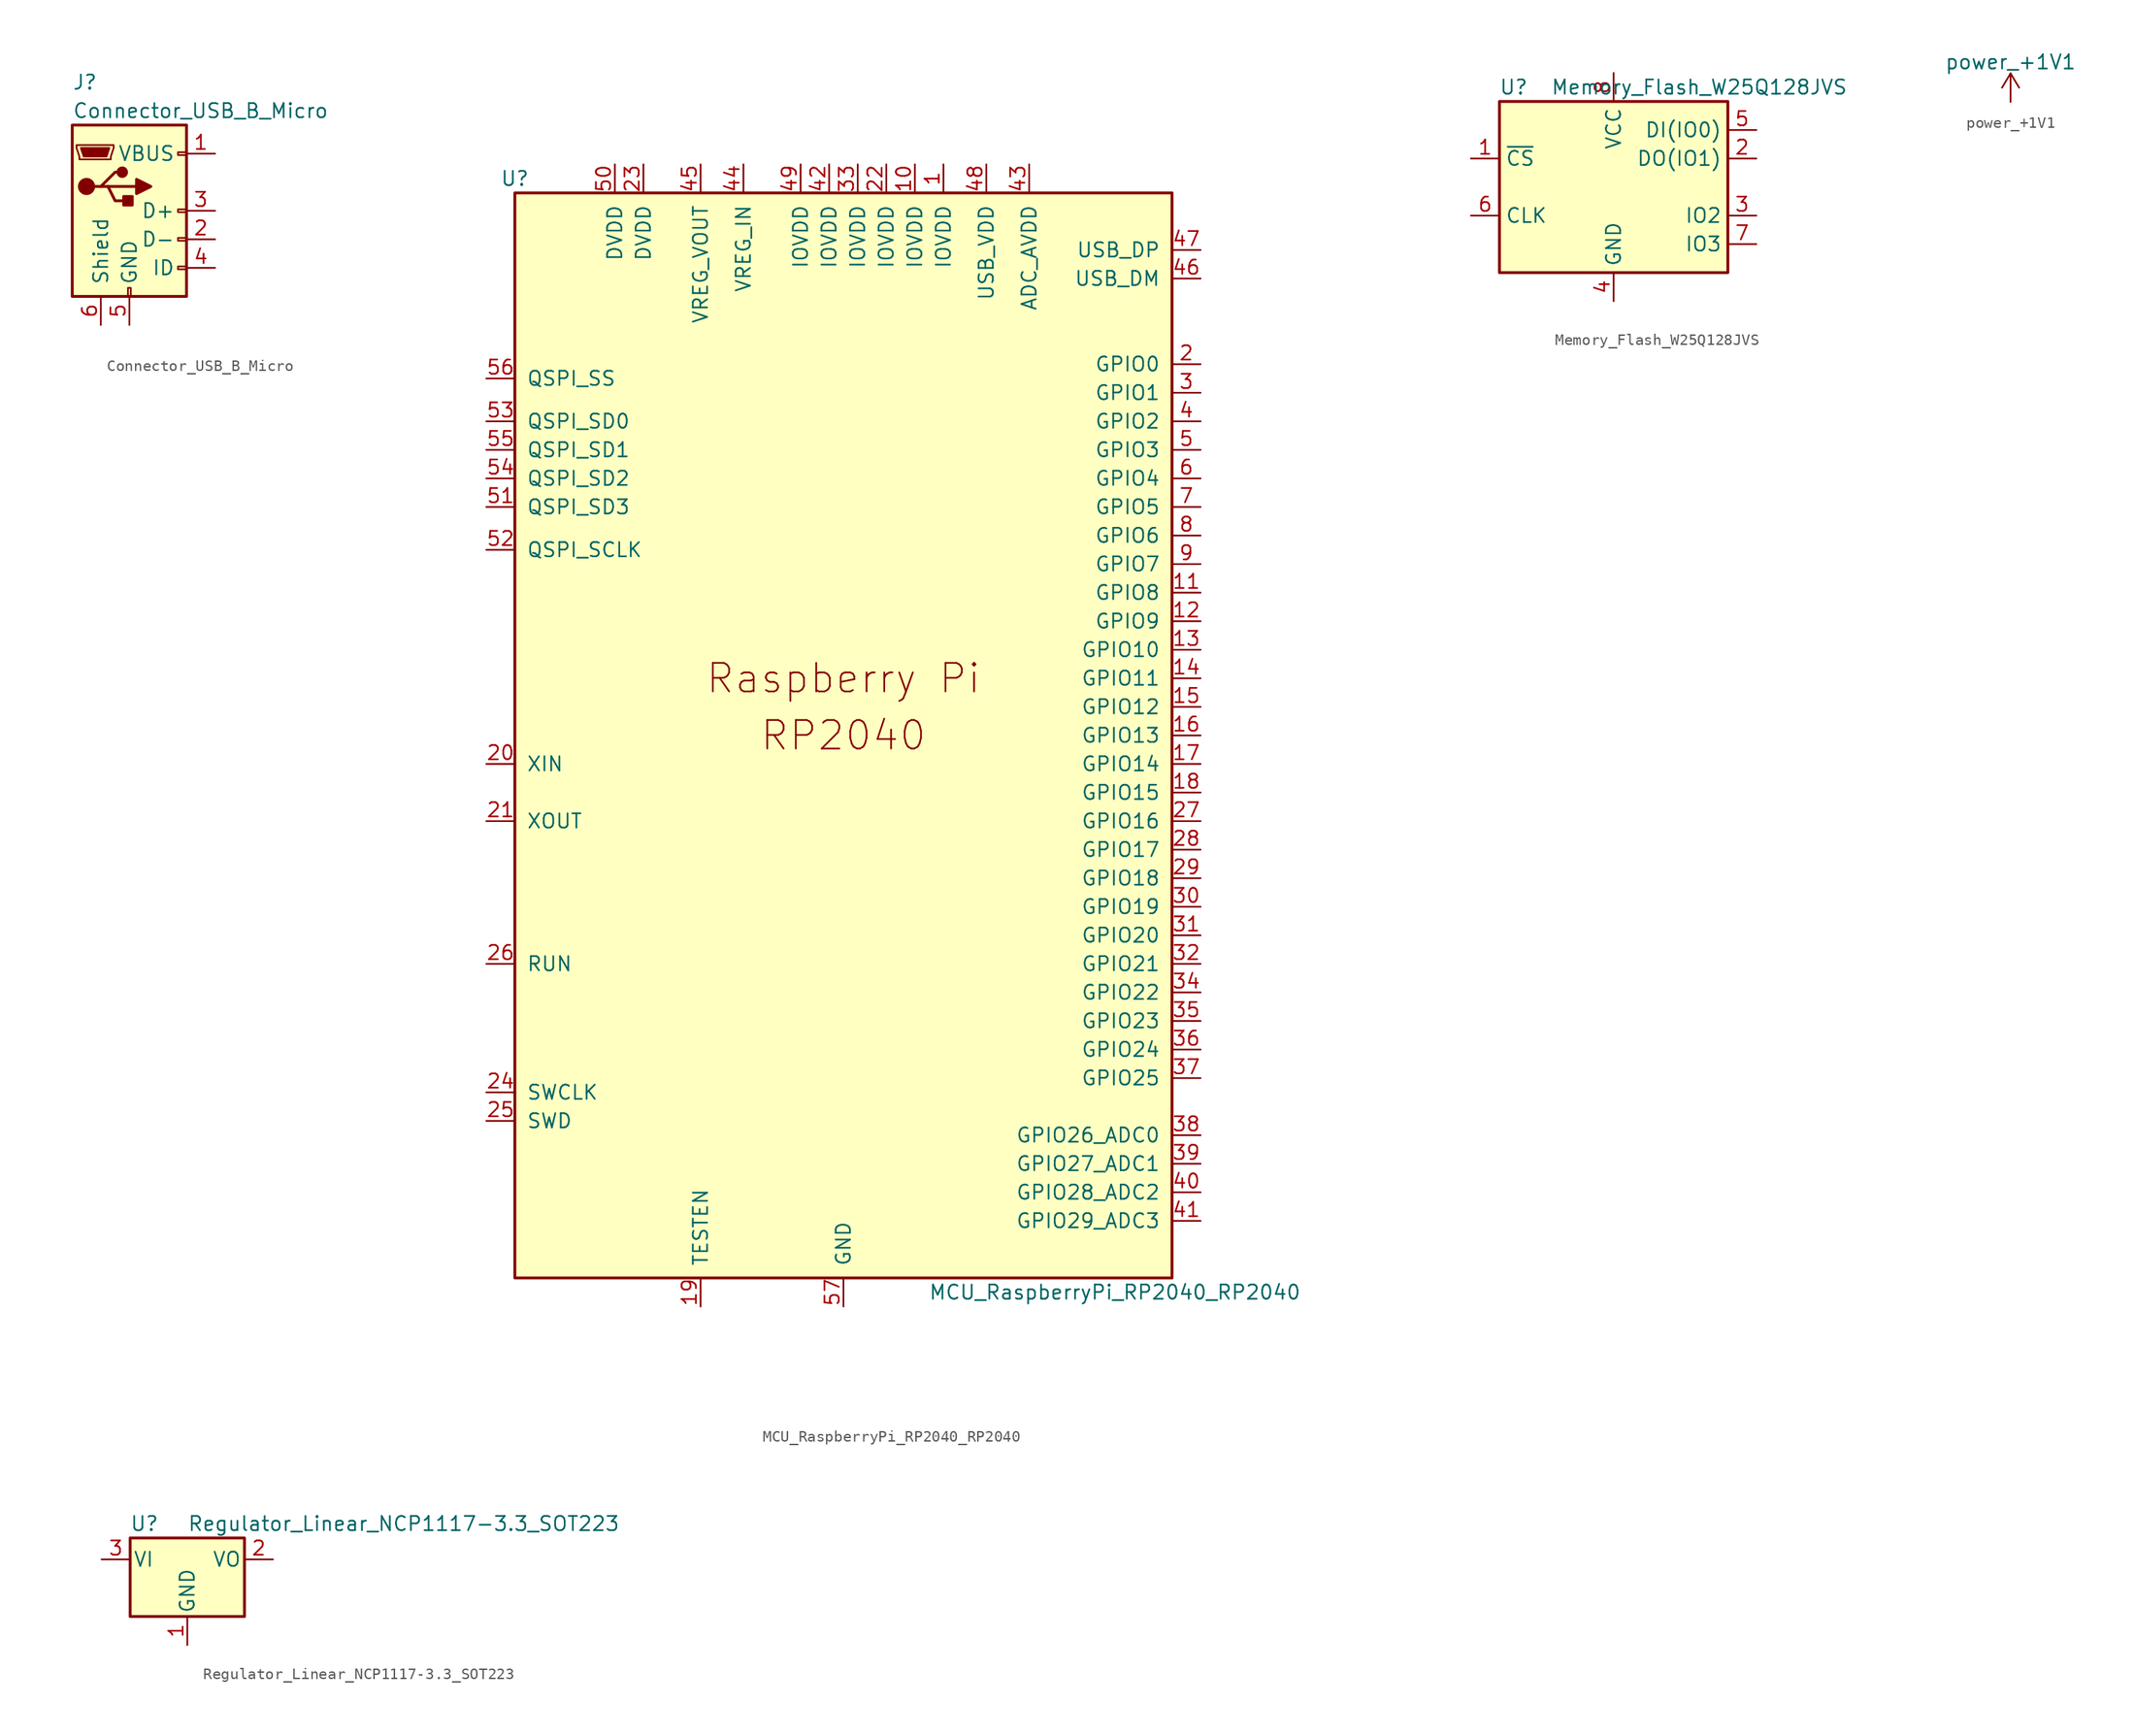
<source format=kicad_sym>
(kicad_symbol_lib
  (version 20211014)
  (generator kicad_symbol_editor)
  (symbol "Connector_USB_B_Micro"
    (pin_names
      (offset 1.016))
    (property "Reference" "J"
      (at -5.08 11.43 0)
      (effects (font (size 1.27 1.27)) (justify left)))
    (property "Value" "Connector_USB_B_Micro"
      (at -5.08 8.89 0)
      (effects (font (size 1.27 1.27)) (justify left)))
    (symbol "Connector_USB_B_Micro_0_1"
      (rectangle (start -5.08 -7.62) (end 5.08 7.62) (stroke (width 0.254) (type default) (color 0 0 0 0)) (fill (type background)))
      (circle (center -3.81 2.159) (radius 0.635) (stroke (width 0.254) (type default) (color 0 0 0 0)) (fill (type outline)))
      (circle (center -0.635 3.429) (radius 0.381) (stroke (width 0.254) (type default) (color 0 0 0 0)) (fill (type outline)))
      (rectangle (start -0.127 -7.62) (end 0.127 -6.858) (stroke (width 0) (type default) (color 0 0 0 0)) (fill (type none)))
      (polyline (pts (xy -1.905 2.159) (xy 0.635 2.159)) (stroke (width 0.254) (type default) (color 0 0 0 0)) (fill (type none)))
      (polyline (pts (xy -3.175 2.159) (xy -2.54 2.159) (xy -1.27 3.429) (xy -0.635 3.429)) (stroke (width 0.254) (type default) (color 0 0 0 0)) (fill (type none)))
      (polyline (pts (xy -2.54 2.159) (xy -1.905 2.159) (xy -1.27 0.889) (xy 0 0.889)) (stroke (width 0.254) (type default) (color 0 0 0 0)) (fill (type none)))
      (polyline (pts (xy 0.635 2.794) (xy 0.635 1.524) (xy 1.905 2.159) (xy 0.635 2.794)) (stroke (width 0.254) (type default) (color 0 0 0 0)) (fill (type outline)))
      (polyline (pts (xy -4.318 5.588) (xy -1.778 5.588) (xy -2.032 4.826) (xy -4.064 4.826) (xy -4.318 5.588)) (stroke (width 0) (type default) (color 0 0 0 0)) (fill (type outline)))
      (polyline (pts (xy -4.699 5.842) (xy -4.699 5.588) (xy -4.445 4.826) (xy -4.445 4.572) (xy -1.651 4.572) (xy -1.651 4.826) (xy -1.397 5.588) (xy -1.397 5.842) (xy -4.699 5.842)) (stroke (width 0) (type default) (color 0 0 0 0)) (fill (type none)))
      (rectangle (start 0.254 1.27) (end -0.508 0.508) (stroke (width 0.254) (type default) (color 0 0 0 0)) (fill (type outline)))
      (rectangle (start 5.08 -5.207) (end 4.318 -4.953) (stroke (width 0) (type default) (color 0 0 0 0)) (fill (type none)))
      (rectangle (start 5.08 -2.667) (end 4.318 -2.413) (stroke (width 0) (type default) (color 0 0 0 0)) (fill (type none)))
      (rectangle (start 5.08 -0.127) (end 4.318 0.127) (stroke (width 0) (type default) (color 0 0 0 0)) (fill (type none)))
      (rectangle (start 5.08 4.953) (end 4.318 5.207) (stroke (width 0) (type default) (color 0 0 0 0)) (fill (type none))))
    (symbol "Connector_USB_B_Micro_1_1"
      (pin power_out line (at 7.62 5.08 180) (length 2.54) (name "VBUS" (effects (font (size 1.27 1.27)))) (number "1" (effects (font (size 1.27 1.27)))))
      (pin passive line (at 7.62 -2.54 180) (length 2.54) (name "D-" (effects (font (size 1.27 1.27)))) (number "2" (effects (font (size 1.27 1.27)))))
      (pin passive line (at 7.62 0 180) (length 2.54) (name "D+" (effects (font (size 1.27 1.27)))) (number "3" (effects (font (size 1.27 1.27)))))
      (pin passive line (at 7.62 -5.08 180) (length 2.54) (name "ID" (effects (font (size 1.27 1.27)))) (number "4" (effects (font (size 1.27 1.27)))))
      (pin power_out line (at 0 -10.16 90) (length 2.54) (name "GND" (effects (font (size 1.27 1.27)))) (number "5" (effects (font (size 1.27 1.27)))))
      (pin passive line (at -2.54 -10.16 90) (length 2.54) (name "Shield" (effects (font (size 1.27 1.27)))) (number "6" (effects (font (size 1.27 1.27)))))))
  (symbol "MCU_RaspberryPi_RP2040_RP2040"
    (pin_names
      (offset 1.016))
    (property "Reference" "U"
      (at -29.21 49.53 0)
      (effects (font (size 1.27 1.27))))
    (property "Value" "MCU_RaspberryPi_RP2040_RP2040"
      (at 24.13 -49.53 0)
      (effects (font (size 1.27 1.27))))
    (symbol "MCU_RaspberryPi_RP2040_RP2040_0_0"
      (text "Raspberry Pi" (at 0 5.08 0) (effects (font (size 2.54 2.54))))
      (text "RP2040" (at 0 0 0) (effects (font (size 2.54 2.54)))))
    (symbol "MCU_RaspberryPi_RP2040_RP2040_0_1"
      (rectangle (start 29.21 48.26) (end -29.21 -48.26) (stroke (width 0.254) (type default) (color 0 0 0 0)) (fill (type background))))
    (symbol "MCU_RaspberryPi_RP2040_RP2040_1_1"
      (pin power_in line (at 8.89 50.8 270) (length 2.54) (name "IOVDD" (effects (font (size 1.27 1.27)))) (number "1" (effects (font (size 1.27 1.27)))))
      (pin power_in line (at 6.35 50.8 270) (length 2.54) (name "IOVDD" (effects (font (size 1.27 1.27)))) (number "10" (effects (font (size 1.27 1.27)))))
      (pin bidirectional line (at 31.75 12.7 180) (length 2.54) (name "GPIO8" (effects (font (size 1.27 1.27)))) (number "11" (effects (font (size 1.27 1.27)))))
      (pin bidirectional line (at 31.75 10.16 180) (length 2.54) (name "GPIO9" (effects (font (size 1.27 1.27)))) (number "12" (effects (font (size 1.27 1.27)))))
      (pin bidirectional line (at 31.75 7.62 180) (length 2.54) (name "GPIO10" (effects (font (size 1.27 1.27)))) (number "13" (effects (font (size 1.27 1.27)))))
      (pin bidirectional line (at 31.75 5.08 180) (length 2.54) (name "GPIO11" (effects (font (size 1.27 1.27)))) (number "14" (effects (font (size 1.27 1.27)))))
      (pin bidirectional line (at 31.75 2.54 180) (length 2.54) (name "GPIO12" (effects (font (size 1.27 1.27)))) (number "15" (effects (font (size 1.27 1.27)))))
      (pin bidirectional line (at 31.75 0 180) (length 2.54) (name "GPIO13" (effects (font (size 1.27 1.27)))) (number "16" (effects (font (size 1.27 1.27)))))
      (pin bidirectional line (at 31.75 -2.54 180) (length 2.54) (name "GPIO14" (effects (font (size 1.27 1.27)))) (number "17" (effects (font (size 1.27 1.27)))))
      (pin bidirectional line (at 31.75 -5.08 180) (length 2.54) (name "GPIO15" (effects (font (size 1.27 1.27)))) (number "18" (effects (font (size 1.27 1.27)))))
      (pin passive line (at -12.7 -50.8 90) (length 2.54) (name "TESTEN" (effects (font (size 1.27 1.27)))) (number "19" (effects (font (size 1.27 1.27)))))
      (pin bidirectional line (at 31.75 33.02 180) (length 2.54) (name "GPIO0" (effects (font (size 1.27 1.27)))) (number "2" (effects (font (size 1.27 1.27)))))
      (pin input line (at -31.75 -2.54 0) (length 2.54) (name "XIN" (effects (font (size 1.27 1.27)))) (number "20" (effects (font (size 1.27 1.27)))))
      (pin passive line (at -31.75 -7.62 0) (length 2.54) (name "XOUT" (effects (font (size 1.27 1.27)))) (number "21" (effects (font (size 1.27 1.27)))))
      (pin power_in line (at 3.81 50.8 270) (length 2.54) (name "IOVDD" (effects (font (size 1.27 1.27)))) (number "22" (effects (font (size 1.27 1.27)))))
      (pin power_in line (at -17.78 50.8 270) (length 2.54) (name "DVDD" (effects (font (size 1.27 1.27)))) (number "23" (effects (font (size 1.27 1.27)))))
      (pin output line (at -31.75 -31.75 0) (length 2.54) (name "SWCLK" (effects (font (size 1.27 1.27)))) (number "24" (effects (font (size 1.27 1.27)))))
      (pin bidirectional line (at -31.75 -34.29 0) (length 2.54) (name "SWD" (effects (font (size 1.27 1.27)))) (number "25" (effects (font (size 1.27 1.27)))))
      (pin input line (at -31.75 -20.32 0) (length 2.54) (name "RUN" (effects (font (size 1.27 1.27)))) (number "26" (effects (font (size 1.27 1.27)))))
      (pin bidirectional line (at 31.75 -7.62 180) (length 2.54) (name "GPIO16" (effects (font (size 1.27 1.27)))) (number "27" (effects (font (size 1.27 1.27)))))
      (pin bidirectional line (at 31.75 -10.16 180) (length 2.54) (name "GPIO17" (effects (font (size 1.27 1.27)))) (number "28" (effects (font (size 1.27 1.27)))))
      (pin bidirectional line (at 31.75 -12.7 180) (length 2.54) (name "GPIO18" (effects (font (size 1.27 1.27)))) (number "29" (effects (font (size 1.27 1.27)))))
      (pin bidirectional line (at 31.75 30.48 180) (length 2.54) (name "GPIO1" (effects (font (size 1.27 1.27)))) (number "3" (effects (font (size 1.27 1.27)))))
      (pin bidirectional line (at 31.75 -15.24 180) (length 2.54) (name "GPIO19" (effects (font (size 1.27 1.27)))) (number "30" (effects (font (size 1.27 1.27)))))
      (pin bidirectional line (at 31.75 -17.78 180) (length 2.54) (name "GPIO20" (effects (font (size 1.27 1.27)))) (number "31" (effects (font (size 1.27 1.27)))))
      (pin bidirectional line (at 31.75 -20.32 180) (length 2.54) (name "GPIO21" (effects (font (size 1.27 1.27)))) (number "32" (effects (font (size 1.27 1.27)))))
      (pin power_in line (at 1.27 50.8 270) (length 2.54) (name "IOVDD" (effects (font (size 1.27 1.27)))) (number "33" (effects (font (size 1.27 1.27)))))
      (pin bidirectional line (at 31.75 -22.86 180) (length 2.54) (name "GPIO22" (effects (font (size 1.27 1.27)))) (number "34" (effects (font (size 1.27 1.27)))))
      (pin bidirectional line (at 31.75 -25.4 180) (length 2.54) (name "GPIO23" (effects (font (size 1.27 1.27)))) (number "35" (effects (font (size 1.27 1.27)))))
      (pin bidirectional line (at 31.75 -27.94 180) (length 2.54) (name "GPIO24" (effects (font (size 1.27 1.27)))) (number "36" (effects (font (size 1.27 1.27)))))
      (pin bidirectional line (at 31.75 -30.48 180) (length 2.54) (name "GPIO25" (effects (font (size 1.27 1.27)))) (number "37" (effects (font (size 1.27 1.27)))))
      (pin bidirectional line (at 31.75 -35.56 180) (length 2.54) (name "GPIO26_ADC0" (effects (font (size 1.27 1.27)))) (number "38" (effects (font (size 1.27 1.27)))))
      (pin bidirectional line (at 31.75 -38.1 180) (length 2.54) (name "GPIO27_ADC1" (effects (font (size 1.27 1.27)))) (number "39" (effects (font (size 1.27 1.27)))))
      (pin bidirectional line (at 31.75 27.94 180) (length 2.54) (name "GPIO2" (effects (font (size 1.27 1.27)))) (number "4" (effects (font (size 1.27 1.27)))))
      (pin bidirectional line (at 31.75 -40.64 180) (length 2.54) (name "GPIO28_ADC2" (effects (font (size 1.27 1.27)))) (number "40" (effects (font (size 1.27 1.27)))))
      (pin bidirectional line (at 31.75 -43.18 180) (length 2.54) (name "GPIO29_ADC3" (effects (font (size 1.27 1.27)))) (number "41" (effects (font (size 1.27 1.27)))))
      (pin power_in line (at -1.27 50.8 270) (length 2.54) (name "IOVDD" (effects (font (size 1.27 1.27)))) (number "42" (effects (font (size 1.27 1.27)))))
      (pin power_in line (at 16.51 50.8 270) (length 2.54) (name "ADC_AVDD" (effects (font (size 1.27 1.27)))) (number "43" (effects (font (size 1.27 1.27)))))
      (pin power_in line (at -8.89 50.8 270) (length 2.54) (name "VREG_IN" (effects (font (size 1.27 1.27)))) (number "44" (effects (font (size 1.27 1.27)))))
      (pin power_out line (at -12.7 50.8 270) (length 2.54) (name "VREG_VOUT" (effects (font (size 1.27 1.27)))) (number "45" (effects (font (size 1.27 1.27)))))
      (pin bidirectional line (at 31.75 40.64 180) (length 2.54) (name "USB_DM" (effects (font (size 1.27 1.27)))) (number "46" (effects (font (size 1.27 1.27)))))
      (pin bidirectional line (at 31.75 43.18 180) (length 2.54) (name "USB_DP" (effects (font (size 1.27 1.27)))) (number "47" (effects (font (size 1.27 1.27)))))
      (pin power_in line (at 12.7 50.8 270) (length 2.54) (name "USB_VDD" (effects (font (size 1.27 1.27)))) (number "48" (effects (font (size 1.27 1.27)))))
      (pin power_in line (at -3.81 50.8 270) (length 2.54) (name "IOVDD" (effects (font (size 1.27 1.27)))) (number "49" (effects (font (size 1.27 1.27)))))
      (pin bidirectional line (at 31.75 25.4 180) (length 2.54) (name "GPIO3" (effects (font (size 1.27 1.27)))) (number "5" (effects (font (size 1.27 1.27)))))
      (pin power_in line (at -20.32 50.8 270) (length 2.54) (name "DVDD" (effects (font (size 1.27 1.27)))) (number "50" (effects (font (size 1.27 1.27)))))
      (pin bidirectional line (at -31.75 20.32 0) (length 2.54) (name "QSPI_SD3" (effects (font (size 1.27 1.27)))) (number "51" (effects (font (size 1.27 1.27)))))
      (pin output line (at -31.75 16.51 0) (length 2.54) (name "QSPI_SCLK" (effects (font (size 1.27 1.27)))) (number "52" (effects (font (size 1.27 1.27)))))
      (pin bidirectional line (at -31.75 27.94 0) (length 2.54) (name "QSPI_SD0" (effects (font (size 1.27 1.27)))) (number "53" (effects (font (size 1.27 1.27)))))
      (pin bidirectional line (at -31.75 22.86 0) (length 2.54) (name "QSPI_SD2" (effects (font (size 1.27 1.27)))) (number "54" (effects (font (size 1.27 1.27)))))
      (pin bidirectional line (at -31.75 25.4 0) (length 2.54) (name "QSPI_SD1" (effects (font (size 1.27 1.27)))) (number "55" (effects (font (size 1.27 1.27)))))
      (pin bidirectional line (at -31.75 31.75 0) (length 2.54) (name "QSPI_SS" (effects (font (size 1.27 1.27)))) (number "56" (effects (font (size 1.27 1.27)))))
      (pin power_in line (at 0 -50.8 90) (length 2.54) (name "GND" (effects (font (size 1.27 1.27)))) (number "57" (effects (font (size 1.27 1.27)))))
      (pin bidirectional line (at 31.75 22.86 180) (length 2.54) (name "GPIO4" (effects (font (size 1.27 1.27)))) (number "6" (effects (font (size 1.27 1.27)))))
      (pin bidirectional line (at 31.75 20.32 180) (length 2.54) (name "GPIO5" (effects (font (size 1.27 1.27)))) (number "7" (effects (font (size 1.27 1.27)))))
      (pin bidirectional line (at 31.75 17.78 180) (length 2.54) (name "GPIO6" (effects (font (size 1.27 1.27)))) (number "8" (effects (font (size 1.27 1.27)))))
      (pin bidirectional line (at 31.75 15.24 180) (length 2.54) (name "GPIO7" (effects (font (size 1.27 1.27)))) (number "9" (effects (font (size 1.27 1.27)))))))
  (symbol "Memory_Flash_W25Q128JVS"
    (property "Reference" "U"
      (at -8.89 8.89 0)
      (effects (font (size 1.27 1.27))))
    (property "Value" "Memory_Flash_W25Q128JVS"
      (at 7.62 8.89 0)
      (effects (font (size 1.27 1.27))))
    (symbol "Memory_Flash_W25Q128JVS_0_1"
      (rectangle (start -10.16 7.62) (end 10.16 -7.62) (stroke (width 0.254) (type default) (color 0 0 0 0)) (fill (type background))))
    (symbol "Memory_Flash_W25Q128JVS_1_1"
      (pin input line (at -12.7 2.54 0) (length 2.54) (name "~{CS}" (effects (font (size 1.27 1.27)))) (number "1" (effects (font (size 1.27 1.27)))))
      (pin bidirectional line (at 12.7 2.54 180) (length 2.54) (name "DO(IO1)" (effects (font (size 1.27 1.27)))) (number "2" (effects (font (size 1.27 1.27)))))
      (pin bidirectional line (at 12.7 -2.54 180) (length 2.54) (name "IO2" (effects (font (size 1.27 1.27)))) (number "3" (effects (font (size 1.27 1.27)))))
      (pin power_in line (at 0 -10.16 90) (length 2.54) (name "GND" (effects (font (size 1.27 1.27)))) (number "4" (effects (font (size 1.27 1.27)))))
      (pin bidirectional line (at 12.7 5.08 180) (length 2.54) (name "DI(IO0)" (effects (font (size 1.27 1.27)))) (number "5" (effects (font (size 1.27 1.27)))))
      (pin input line (at -12.7 -2.54 0) (length 2.54) (name "CLK" (effects (font (size 1.27 1.27)))) (number "6" (effects (font (size 1.27 1.27)))))
      (pin bidirectional line (at 12.7 -5.08 180) (length 2.54) (name "IO3" (effects (font (size 1.27 1.27)))) (number "7" (effects (font (size 1.27 1.27)))))
      (pin power_in line (at 0 10.16 270) (length 2.54) (name "VCC" (effects (font (size 1.27 1.27)))) (number "8" (effects (font (size 1.27 1.27)))))))
  (symbol "power_+1V1"
    (power)
    (pin_names
      (offset 0))
    (property "Reference" "#PWR"
      (at 0 -3.81 0)
      (effects (font (size 1.27 1.27)) hide))
    (property "Value" "power_+1V1"
      (at 0 3.556 0)
      (effects (font (size 1.27 1.27))))
    (symbol "power_+1V1_0_1"
      (polyline (pts (xy -0.762 1.27) (xy 0 2.54)) (stroke (width 0) (type default) (color 0 0 0 0)) (fill (type none)))
      (polyline (pts (xy 0 0) (xy 0 2.54)) (stroke (width 0) (type default) (color 0 0 0 0)) (fill (type none)))
      (polyline (pts (xy 0 2.54) (xy 0.762 1.27)) (stroke (width 0) (type default) (color 0 0 0 0)) (fill (type none))))
    (symbol "power_+1V1_1_1"
      (pin power_in line (at 0 0 90) (length 0) hide (name "+1V1" (effects (font (size 1.27 1.27)))) (number "1" (effects (font (size 1.27 1.27)))))))
  (symbol "Regulator_Linear_NCP1117-3.3_SOT223"
    (pin_names
      (offset 0.254))
    (property "Reference" "U"
      (at -3.81 3.175 0)
      (effects (font (size 1.27 1.27))))
    (property "Value" "Regulator_Linear_NCP1117-3.3_SOT223"
      (at 0 3.175 0)
      (effects (font (size 1.27 1.27)) (justify left)))
    (symbol "Regulator_Linear_NCP1117-3.3_SOT223_0_1"
      (rectangle (start -5.08 -5.08) (end 5.08 1.905) (stroke (width 0.254) (type default) (color 0 0 0 0)) (fill (type background))))
    (symbol "Regulator_Linear_NCP1117-3.3_SOT223_1_1"
      (pin power_in line (at 0 -7.62 90) (length 2.54) (name "GND" (effects (font (size 1.27 1.27)))) (number "1" (effects (font (size 1.27 1.27)))))
      (pin power_out line (at 7.62 0 180) (length 2.54) (name "VO" (effects (font (size 1.27 1.27)))) (number "2" (effects (font (size 1.27 1.27)))))
      (pin power_in line (at -7.62 0 0) (length 2.54) (name "VI" (effects (font (size 1.27 1.27)))) (number "3" (effects (font (size 1.27 1.27))))))))
</source>
